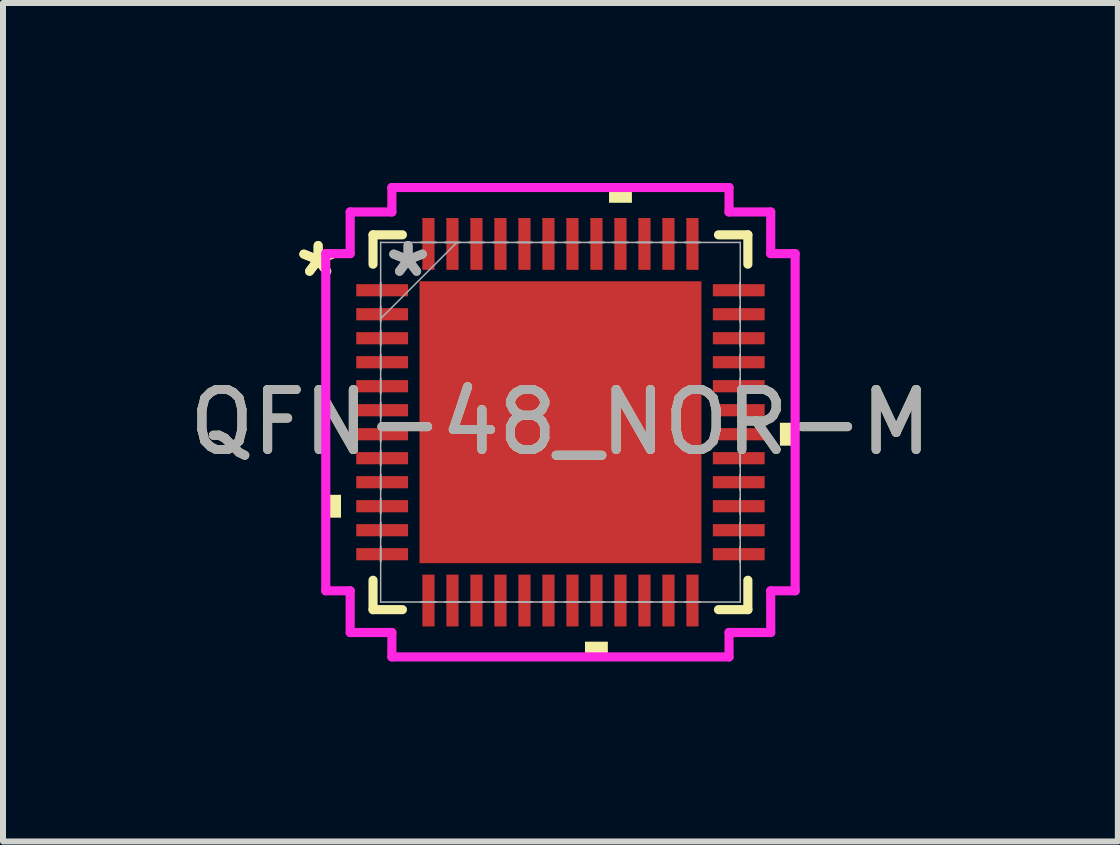
<source format=kicad_pcb>
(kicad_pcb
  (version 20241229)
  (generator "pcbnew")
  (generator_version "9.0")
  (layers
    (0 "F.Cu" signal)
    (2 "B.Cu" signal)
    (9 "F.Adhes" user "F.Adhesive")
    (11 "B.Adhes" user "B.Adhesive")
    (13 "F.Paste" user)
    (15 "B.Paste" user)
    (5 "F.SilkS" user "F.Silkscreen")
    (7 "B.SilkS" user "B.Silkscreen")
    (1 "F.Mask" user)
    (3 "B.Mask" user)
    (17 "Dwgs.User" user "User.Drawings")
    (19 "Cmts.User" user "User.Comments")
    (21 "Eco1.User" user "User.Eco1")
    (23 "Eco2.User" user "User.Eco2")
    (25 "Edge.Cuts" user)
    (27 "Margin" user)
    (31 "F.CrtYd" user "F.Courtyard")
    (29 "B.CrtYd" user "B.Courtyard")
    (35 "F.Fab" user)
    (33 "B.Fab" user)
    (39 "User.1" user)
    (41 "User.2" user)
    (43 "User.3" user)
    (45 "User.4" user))
  (footprint "QFN-48_NOR-M"
    (layer "F.Cu")
    (at 6.292 3.988)
    (property "Reference" "QFN-48_NOR-M" (at 0 0 0) (unlocked yes) (layer "F.SilkS") (effects (font (size 1 1) (thickness 0.15))))
    (attr smd)
    (fp_line (start -3.124 -3.124) (end -3.124 -2.634) (stroke (width 0.152) (type solid)) (layer "F.SilkS"))
    (fp_line (start -3.124 2.634) (end -3.124 3.124) (stroke (width 0.152) (type solid)) (layer "F.SilkS"))
    (fp_line (start -3.124 3.124) (end -2.634 3.124) (stroke (width 0.152) (type solid)) (layer "F.SilkS"))
    (fp_line (start -2.634 -3.124) (end -3.124 -3.124) (stroke (width 0.152) (type solid)) (layer "F.SilkS"))
    (fp_line (start 2.634 3.124) (end 3.124 3.124) (stroke (width 0.152) (type solid)) (layer "F.SilkS"))
    (fp_line (start 3.124 -3.124) (end 2.634 -3.124) (stroke (width 0.152) (type solid)) (layer "F.SilkS"))
    (fp_line (start 3.124 -2.634) (end 3.124 -3.124) (stroke (width 0.152) (type solid)) (layer "F.SilkS"))
    (fp_line (start 3.124 3.124) (end 3.124 2.634) (stroke (width 0.152) (type solid)) (layer "F.SilkS"))
    (fp_poly (pts (xy -3.912 1.21) (xy -3.912 1.591) (xy -3.658 1.591) (xy -3.658 1.21)) (stroke (width 0) (type solid)) (fill yes) (layer "F.SilkS"))
    (fp_poly (pts (xy 0.409 3.658) (xy 0.409 3.912) (xy 0.79 3.912) (xy 0.79 3.658)) (stroke (width 0) (type solid)) (fill yes) (layer "F.SilkS"))
    (fp_poly (pts (xy 0.81 -3.658) (xy 0.81 -3.912) (xy 1.191 -3.912) (xy 1.191 -3.658)) (stroke (width 0) (type solid)) (fill yes) (layer "F.SilkS"))
    (fp_poly (pts (xy 3.912 0.009) (xy 3.912 0.391) (xy 3.658 0.391) (xy 3.658 0.009)) (stroke (width 0) (type solid)) (fill yes) (layer "F.SilkS"))
    (fp_poly (pts (xy -2.249 -2.249) (xy -2.249 -0.883) (xy -0.883 -0.883) (xy -0.883 -2.249)) (stroke (width 0) (type solid)) (fill yes) (layer "F.Paste"))
    (fp_poly (pts (xy -2.249 -0.683) (xy -2.249 0.683) (xy -0.883 0.683) (xy -0.883 -0.683)) (stroke (width 0) (type solid)) (fill yes) (layer "F.Paste"))
    (fp_poly (pts (xy -2.249 0.883) (xy -2.249 2.249) (xy -0.883 2.249) (xy -0.883 0.883)) (stroke (width 0) (type solid)) (fill yes) (layer "F.Paste"))
    (fp_poly (pts (xy -0.683 -2.249) (xy -0.683 -0.883) (xy 0.683 -0.883) (xy 0.683 -2.249)) (stroke (width 0) (type solid)) (fill yes) (layer "F.Paste"))
    (fp_poly (pts (xy -0.683 -0.683) (xy -0.683 0.683) (xy 0.683 0.683) (xy 0.683 -0.683)) (stroke (width 0) (type solid)) (fill yes) (layer "F.Paste"))
    (fp_poly (pts (xy -0.683 0.883) (xy -0.683 2.249) (xy 0.683 2.249) (xy 0.683 0.883)) (stroke (width 0) (type solid)) (fill yes) (layer "F.Paste"))
    (fp_poly (pts (xy 0.883 -2.249) (xy 0.883 -0.883) (xy 2.249 -0.883) (xy 2.249 -2.249)) (stroke (width 0) (type solid)) (fill yes) (layer "F.Paste"))
    (fp_poly (pts (xy 0.883 -0.683) (xy 0.883 0.683) (xy 2.249 0.683) (xy 2.249 -0.683)) (stroke (width 0) (type solid)) (fill yes) (layer "F.Paste"))
    (fp_poly (pts (xy 0.883 0.883) (xy 0.883 2.249) (xy 2.249 2.249) (xy 2.249 0.883)) (stroke (width 0) (type solid)) (fill yes) (layer "F.Paste"))
    (fp_line (start -3.912 -2.81) (end -3.505 -2.81) (stroke (width 0.152) (type solid)) (layer "F.CrtYd"))
    (fp_line (start -3.912 2.81) (end -3.912 -2.81) (stroke (width 0.152) (type solid)) (layer "F.CrtYd"))
    (fp_line (start -3.505 -3.505) (end -2.81 -3.505) (stroke (width 0.152) (type solid)) (layer "F.CrtYd"))
    (fp_line (start -3.505 -2.81) (end -3.505 -3.505) (stroke (width 0.152) (type solid)) (layer "F.CrtYd"))
    (fp_line (start -3.505 2.81) (end -3.912 2.81) (stroke (width 0.152) (type solid)) (layer "F.CrtYd"))
    (fp_line (start -3.505 3.505) (end -3.505 2.81) (stroke (width 0.152) (type solid)) (layer "F.CrtYd"))
    (fp_line (start -2.81 -3.912) (end 2.81 -3.912) (stroke (width 0.152) (type solid)) (layer "F.CrtYd"))
    (fp_line (start -2.81 -3.505) (end -2.81 -3.912) (stroke (width 0.152) (type solid)) (layer "F.CrtYd"))
    (fp_line (start -2.81 3.505) (end -3.505 3.505) (stroke (width 0.152) (type solid)) (layer "F.CrtYd"))
    (fp_line (start -2.81 3.912) (end -2.81 3.505) (stroke (width 0.152) (type solid)) (layer "F.CrtYd"))
    (fp_line (start 2.81 -3.912) (end 2.81 -3.505) (stroke (width 0.152) (type solid)) (layer "F.CrtYd"))
    (fp_line (start 2.81 -3.505) (end 3.505 -3.505) (stroke (width 0.152) (type solid)) (layer "F.CrtYd"))
    (fp_line (start 2.81 3.505) (end 2.81 3.912) (stroke (width 0.152) (type solid)) (layer "F.CrtYd"))
    (fp_line (start 2.81 3.912) (end -2.81 3.912) (stroke (width 0.152) (type solid)) (layer "F.CrtYd"))
    (fp_line (start 3.505 -3.505) (end 3.505 -2.81) (stroke (width 0.152) (type solid)) (layer "F.CrtYd"))
    (fp_line (start 3.505 -2.81) (end 3.912 -2.81) (stroke (width 0.152) (type solid)) (layer "F.CrtYd"))
    (fp_line (start 3.505 2.81) (end 3.505 3.505) (stroke (width 0.152) (type solid)) (layer "F.CrtYd"))
    (fp_line (start 3.505 3.505) (end 2.81 3.505) (stroke (width 0.152) (type solid)) (layer "F.CrtYd"))
    (fp_line (start 3.912 -2.81) (end 3.912 2.81) (stroke (width 0.152) (type solid)) (layer "F.CrtYd"))
    (fp_line (start 3.912 2.81) (end 3.505 2.81) (stroke (width 0.152) (type solid)) (layer "F.CrtYd"))
    (fp_line (start -2.997 -2.997) (end -2.997 -2.997) (stroke (width 0.025) (type solid)) (layer "F.Fab"))
    (fp_line (start -2.997 -2.997) (end -2.997 2.997) (stroke (width 0.025) (type solid)) (layer "F.Fab"))
    (fp_line (start -2.997 -2.327) (end -2.997 -2.327) (stroke (width 0.025) (type solid)) (layer "F.Fab"))
    (fp_line (start -2.997 -2.327) (end -2.997 -2.073) (stroke (width 0.025) (type solid)) (layer "F.Fab"))
    (fp_line (start -2.997 -2.073) (end -2.997 -2.327) (stroke (width 0.025) (type solid)) (layer "F.Fab"))
    (fp_line (start -2.997 -2.073) (end -2.997 -2.073) (stroke (width 0.025) (type solid)) (layer "F.Fab"))
    (fp_line (start -2.997 -1.927) (end -2.997 -1.927) (stroke (width 0.025) (type solid)) (layer "F.Fab"))
    (fp_line (start -2.997 -1.927) (end -2.997 -1.673) (stroke (width 0.025) (type solid)) (layer "F.Fab"))
    (fp_line (start -2.997 -1.727) (end -1.727 -2.997) (stroke (width 0.025) (type solid)) (layer "F.Fab"))
    (fp_line (start -2.997 -1.673) (end -2.997 -1.927) (stroke (width 0.025) (type solid)) (layer "F.Fab"))
    (fp_line (start -2.997 -1.673) (end -2.997 -1.673) (stroke (width 0.025) (type solid)) (layer "F.Fab"))
    (fp_line (start -2.997 -1.527) (end -2.997 -1.527) (stroke (width 0.025) (type solid)) (layer "F.Fab"))
    (fp_line (start -2.997 -1.527) (end -2.997 -1.273) (stroke (width 0.025) (type solid)) (layer "F.Fab"))
    (fp_line (start -2.997 -1.273) (end -2.997 -1.527) (stroke (width 0.025) (type solid)) (layer "F.Fab"))
    (fp_line (start -2.997 -1.273) (end -2.997 -1.273) (stroke (width 0.025) (type solid)) (layer "F.Fab"))
    (fp_line (start -2.997 -1.127) (end -2.997 -1.127) (stroke (width 0.025) (type solid)) (layer "F.Fab"))
    (fp_line (start -2.997 -1.127) (end -2.997 -0.873) (stroke (width 0.025) (type solid)) (layer "F.Fab"))
    (fp_line (start -2.997 -0.873) (end -2.997 -1.127) (stroke (width 0.025) (type solid)) (layer "F.Fab"))
    (fp_line (start -2.997 -0.873) (end -2.997 -0.873) (stroke (width 0.025) (type solid)) (layer "F.Fab"))
    (fp_line (start -2.997 -0.727) (end -2.997 -0.727) (stroke (width 0.025) (type solid)) (layer "F.Fab"))
    (fp_line (start -2.997 -0.727) (end -2.997 -0.473) (stroke (width 0.025) (type solid)) (layer "F.Fab"))
    (fp_line (start -2.997 -0.473) (end -2.997 -0.727) (stroke (width 0.025) (type solid)) (layer "F.Fab"))
    (fp_line (start -2.997 -0.473) (end -2.997 -0.473) (stroke (width 0.025) (type solid)) (layer "F.Fab"))
    (fp_line (start -2.997 -0.327) (end -2.997 -0.327) (stroke (width 0.025) (type solid)) (layer "F.Fab"))
    (fp_line (start -2.997 -0.327) (end -2.997 -0.073) (stroke (width 0.025) (type solid)) (layer "F.Fab"))
    (fp_line (start -2.997 -0.073) (end -2.997 -0.327) (stroke (width 0.025) (type solid)) (layer "F.Fab"))
    (fp_line (start -2.997 -0.073) (end -2.997 -0.073) (stroke (width 0.025) (type solid)) (layer "F.Fab"))
    (fp_line (start -2.997 0.073) (end -2.997 0.073) (stroke (width 0.025) (type solid)) (layer "F.Fab"))
    (fp_line (start -2.997 0.073) (end -2.997 0.327) (stroke (width 0.025) (type solid)) (layer "F.Fab"))
    (fp_line (start -2.997 0.327) (end -2.997 0.073) (stroke (width 0.025) (type solid)) (layer "F.Fab"))
    (fp_line (start -2.997 0.327) (end -2.997 0.327) (stroke (width 0.025) (type solid)) (layer "F.Fab"))
    (fp_line (start -2.997 0.473) (end -2.997 0.473) (stroke (width 0.025) (type solid)) (layer "F.Fab"))
    (fp_line (start -2.997 0.473) (end -2.997 0.727) (stroke (width 0.025) (type solid)) (layer "F.Fab"))
    (fp_line (start -2.997 0.727) (end -2.997 0.473) (stroke (width 0.025) (type solid)) (layer "F.Fab"))
    (fp_line (start -2.997 0.727) (end -2.997 0.727) (stroke (width 0.025) (type solid)) (layer "F.Fab"))
    (fp_line (start -2.997 0.873) (end -2.997 0.873) (stroke (width 0.025) (type solid)) (layer "F.Fab"))
    (fp_line (start -2.997 0.873) (end -2.997 1.127) (stroke (width 0.025) (type solid)) (layer "F.Fab"))
    (fp_line (start -2.997 1.127) (end -2.997 0.873) (stroke (width 0.025) (type solid)) (layer "F.Fab"))
    (fp_line (start -2.997 1.127) (end -2.997 1.127) (stroke (width 0.025) (type solid)) (layer "F.Fab"))
    (fp_line (start -2.997 1.273) (end -2.997 1.273) (stroke (width 0.025) (type solid)) (layer "F.Fab"))
    (fp_line (start -2.997 1.273) (end -2.997 1.527) (stroke (width 0.025) (type solid)) (layer "F.Fab"))
    (fp_line (start -2.997 1.527) (end -2.997 1.273) (stroke (width 0.025) (type solid)) (layer "F.Fab"))
    (fp_line (start -2.997 1.527) (end -2.997 1.527) (stroke (width 0.025) (type solid)) (layer "F.Fab"))
    (fp_line (start -2.997 1.673) (end -2.997 1.673) (stroke (width 0.025) (type solid)) (layer "F.Fab"))
    (fp_line (start -2.997 1.673) (end -2.997 1.927) (stroke (width 0.025) (type solid)) (layer "F.Fab"))
    (fp_line (start -2.997 1.927) (end -2.997 1.673) (stroke (width 0.025) (type solid)) (layer "F.Fab"))
    (fp_line (start -2.997 1.927) (end -2.997 1.927) (stroke (width 0.025) (type solid)) (layer "F.Fab"))
    (fp_line (start -2.997 2.073) (end -2.997 2.073) (stroke (width 0.025) (type solid)) (layer "F.Fab"))
    (fp_line (start -2.997 2.073) (end -2.997 2.327) (stroke (width 0.025) (type solid)) (layer "F.Fab"))
    (fp_line (start -2.997 2.327) (end -2.997 2.073) (stroke (width 0.025) (type solid)) (layer "F.Fab"))
    (fp_line (start -2.997 2.327) (end -2.997 2.327) (stroke (width 0.025) (type solid)) (layer "F.Fab"))
    (fp_line (start -2.997 2.997) (end -2.997 2.997) (stroke (width 0.025) (type solid)) (layer "F.Fab"))
    (fp_line (start -2.997 2.997) (end 2.997 2.997) (stroke (width 0.025) (type solid)) (layer "F.Fab"))
    (fp_line (start -2.327 -2.997) (end -2.327 -2.997) (stroke (width 0.025) (type solid)) (layer "F.Fab"))
    (fp_line (start -2.327 -2.997) (end -2.073 -2.997) (stroke (width 0.025) (type solid)) (layer "F.Fab"))
    (fp_line (start -2.327 2.997) (end -2.327 2.997) (stroke (width 0.025) (type solid)) (layer "F.Fab"))
    (fp_line (start -2.327 2.997) (end -2.073 2.997) (stroke (width 0.025) (type solid)) (layer "F.Fab"))
    (fp_line (start -2.073 -2.997) (end -2.327 -2.997) (stroke (width 0.025) (type solid)) (layer "F.Fab"))
    (fp_line (start -2.073 -2.997) (end -2.073 -2.997) (stroke (width 0.025) (type solid)) (layer "F.Fab"))
    (fp_line (start -2.073 2.997) (end -2.327 2.997) (stroke (width 0.025) (type solid)) (layer "F.Fab"))
    (fp_line (start -2.073 2.997) (end -2.073 2.997) (stroke (width 0.025) (type solid)) (layer "F.Fab"))
    (fp_line (start -1.927 -2.997) (end -1.927 -2.997) (stroke (width 0.025) (type solid)) (layer "F.Fab"))
    (fp_line (start -1.927 -2.997) (end -1.673 -2.997) (stroke (width 0.025) (type solid)) (layer "F.Fab"))
    (fp_line (start -1.927 2.997) (end -1.927 2.997) (stroke (width 0.025) (type solid)) (layer "F.Fab"))
    (fp_line (start -1.927 2.997) (end -1.673 2.997) (stroke (width 0.025) (type solid)) (layer "F.Fab"))
    (fp_line (start -1.673 -2.997) (end -1.927 -2.997) (stroke (width 0.025) (type solid)) (layer "F.Fab"))
    (fp_line (start -1.673 -2.997) (end -1.673 -2.997) (stroke (width 0.025) (type solid)) (layer "F.Fab"))
    (fp_line (start -1.673 2.997) (end -1.927 2.997) (stroke (width 0.025) (type solid)) (layer "F.Fab"))
    (fp_line (start -1.673 2.997) (end -1.673 2.997) (stroke (width 0.025) (type solid)) (layer "F.Fab"))
    (fp_line (start -1.527 -2.997) (end -1.527 -2.997) (stroke (width 0.025) (type solid)) (layer "F.Fab"))
    (fp_line (start -1.527 -2.997) (end -1.273 -2.997) (stroke (width 0.025) (type solid)) (layer "F.Fab"))
    (fp_line (start -1.527 2.997) (end -1.527 2.997) (stroke (width 0.025) (type solid)) (layer "F.Fab"))
    (fp_line (start -1.527 2.997) (end -1.273 2.997) (stroke (width 0.025) (type solid)) (layer "F.Fab"))
    (fp_line (start -1.273 -2.997) (end -1.527 -2.997) (stroke (width 0.025) (type solid)) (layer "F.Fab"))
    (fp_line (start -1.273 -2.997) (end -1.273 -2.997) (stroke (width 0.025) (type solid)) (layer "F.Fab"))
    (fp_line (start -1.273 2.997) (end -1.527 2.997) (stroke (width 0.025) (type solid)) (layer "F.Fab"))
    (fp_line (start -1.273 2.997) (end -1.273 2.997) (stroke (width 0.025) (type solid)) (layer "F.Fab"))
    (fp_line (start -1.127 -2.997) (end -1.127 -2.997) (stroke (width 0.025) (type solid)) (layer "F.Fab"))
    (fp_line (start -1.127 -2.997) (end -0.873 -2.997) (stroke (width 0.025) (type solid)) (layer "F.Fab"))
    (fp_line (start -1.127 2.997) (end -1.127 2.997) (stroke (width 0.025) (type solid)) (layer "F.Fab"))
    (fp_line (start -1.127 2.997) (end -0.873 2.997) (stroke (width 0.025) (type solid)) (layer "F.Fab"))
    (fp_line (start -0.873 -2.997) (end -1.127 -2.997) (stroke (width 0.025) (type solid)) (layer "F.Fab"))
    (fp_line (start -0.873 -2.997) (end -0.873 -2.997) (stroke (width 0.025) (type solid)) (layer "F.Fab"))
    (fp_line (start -0.873 2.997) (end -1.127 2.997) (stroke (width 0.025) (type solid)) (layer "F.Fab"))
    (fp_line (start -0.873 2.997) (end -0.873 2.997) (stroke (width 0.025) (type solid)) (layer "F.Fab"))
    (fp_line (start -0.727 -2.997) (end -0.727 -2.997) (stroke (width 0.025) (type solid)) (layer "F.Fab"))
    (fp_line (start -0.727 -2.997) (end -0.473 -2.997) (stroke (width 0.025) (type solid)) (layer "F.Fab"))
    (fp_line (start -0.727 2.997) (end -0.727 2.997) (stroke (width 0.025) (type solid)) (layer "F.Fab"))
    (fp_line (start -0.727 2.997) (end -0.473 2.997) (stroke (width 0.025) (type solid)) (layer "F.Fab"))
    (fp_line (start -0.473 -2.997) (end -0.727 -2.997) (stroke (width 0.025) (type solid)) (layer "F.Fab"))
    (fp_line (start -0.473 -2.997) (end -0.473 -2.997) (stroke (width 0.025) (type solid)) (layer "F.Fab"))
    (fp_line (start -0.473 2.997) (end -0.727 2.997) (stroke (width 0.025) (type solid)) (layer "F.Fab"))
    (fp_line (start -0.473 2.997) (end -0.473 2.997) (stroke (width 0.025) (type solid)) (layer "F.Fab"))
    (fp_line (start -0.327 -2.997) (end -0.327 -2.997) (stroke (width 0.025) (type solid)) (layer "F.Fab"))
    (fp_line (start -0.327 -2.997) (end -0.073 -2.997) (stroke (width 0.025) (type solid)) (layer "F.Fab"))
    (fp_line (start -0.327 2.997) (end -0.327 2.997) (stroke (width 0.025) (type solid)) (layer "F.Fab"))
    (fp_line (start -0.327 2.997) (end -0.073 2.997) (stroke (width 0.025) (type solid)) (layer "F.Fab"))
    (fp_line (start -0.073 -2.997) (end -0.327 -2.997) (stroke (width 0.025) (type solid)) (layer "F.Fab"))
    (fp_line (start -0.073 -2.997) (end -0.073 -2.997) (stroke (width 0.025) (type solid)) (layer "F.Fab"))
    (fp_line (start -0.073 2.997) (end -0.327 2.997) (stroke (width 0.025) (type solid)) (layer "F.Fab"))
    (fp_line (start -0.073 2.997) (end -0.073 2.997) (stroke (width 0.025) (type solid)) (layer "F.Fab"))
    (fp_line (start 0.073 -2.997) (end 0.073 -2.997) (stroke (width 0.025) (type solid)) (layer "F.Fab"))
    (fp_line (start 0.073 -2.997) (end 0.327 -2.997) (stroke (width 0.025) (type solid)) (layer "F.Fab"))
    (fp_line (start 0.073 2.997) (end 0.073 2.997) (stroke (width 0.025) (type solid)) (layer "F.Fab"))
    (fp_line (start 0.073 2.997) (end 0.327 2.997) (stroke (width 0.025) (type solid)) (layer "F.Fab"))
    (fp_line (start 0.327 -2.997) (end 0.073 -2.997) (stroke (width 0.025) (type solid)) (layer "F.Fab"))
    (fp_line (start 0.327 -2.997) (end 0.327 -2.997) (stroke (width 0.025) (type solid)) (layer "F.Fab"))
    (fp_line (start 0.327 2.997) (end 0.073 2.997) (stroke (width 0.025) (type solid)) (layer "F.Fab"))
    (fp_line (start 0.327 2.997) (end 0.327 2.997) (stroke (width 0.025) (type solid)) (layer "F.Fab"))
    (fp_line (start 0.473 -2.997) (end 0.473 -2.997) (stroke (width 0.025) (type solid)) (layer "F.Fab"))
    (fp_line (start 0.473 -2.997) (end 0.727 -2.997) (stroke (width 0.025) (type solid)) (layer "F.Fab"))
    (fp_line (start 0.473 2.997) (end 0.473 2.997) (stroke (width 0.025) (type solid)) (layer "F.Fab"))
    (fp_line (start 0.473 2.997) (end 0.727 2.997) (stroke (width 0.025) (type solid)) (layer "F.Fab"))
    (fp_line (start 0.727 -2.997) (end 0.473 -2.997) (stroke (width 0.025) (type solid)) (layer "F.Fab"))
    (fp_line (start 0.727 -2.997) (end 0.727 -2.997) (stroke (width 0.025) (type solid)) (layer "F.Fab"))
    (fp_line (start 0.727 2.997) (end 0.473 2.997) (stroke (width 0.025) (type solid)) (layer "F.Fab"))
    (fp_line (start 0.727 2.997) (end 0.727 2.997) (stroke (width 0.025) (type solid)) (layer "F.Fab"))
    (fp_line (start 0.873 -2.997) (end 0.873 -2.997) (stroke (width 0.025) (type solid)) (layer "F.Fab"))
    (fp_line (start 0.873 -2.997) (end 1.127 -2.997) (stroke (width 0.025) (type solid)) (layer "F.Fab"))
    (fp_line (start 0.873 2.997) (end 0.873 2.997) (stroke (width 0.025) (type solid)) (layer "F.Fab"))
    (fp_line (start 0.873 2.997) (end 1.127 2.997) (stroke (width 0.025) (type solid)) (layer "F.Fab"))
    (fp_line (start 1.127 -2.997) (end 0.873 -2.997) (stroke (width 0.025) (type solid)) (layer "F.Fab"))
    (fp_line (start 1.127 -2.997) (end 1.127 -2.997) (stroke (width 0.025) (type solid)) (layer "F.Fab"))
    (fp_line (start 1.127 2.997) (end 0.873 2.997) (stroke (width 0.025) (type solid)) (layer "F.Fab"))
    (fp_line (start 1.127 2.997) (end 1.127 2.997) (stroke (width 0.025) (type solid)) (layer "F.Fab"))
    (fp_line (start 1.273 -2.997) (end 1.273 -2.997) (stroke (width 0.025) (type solid)) (layer "F.Fab"))
    (fp_line (start 1.273 -2.997) (end 1.527 -2.997) (stroke (width 0.025) (type solid)) (layer "F.Fab"))
    (fp_line (start 1.273 2.997) (end 1.273 2.997) (stroke (width 0.025) (type solid)) (layer "F.Fab"))
    (fp_line (start 1.273 2.997) (end 1.527 2.997) (stroke (width 0.025) (type solid)) (layer "F.Fab"))
    (fp_line (start 1.527 -2.997) (end 1.273 -2.997) (stroke (width 0.025) (type solid)) (layer "F.Fab"))
    (fp_line (start 1.527 -2.997) (end 1.527 -2.997) (stroke (width 0.025) (type solid)) (layer "F.Fab"))
    (fp_line (start 1.527 2.997) (end 1.273 2.997) (stroke (width 0.025) (type solid)) (layer "F.Fab"))
    (fp_line (start 1.527 2.997) (end 1.527 2.997) (stroke (width 0.025) (type solid)) (layer "F.Fab"))
    (fp_line (start 1.673 -2.997) (end 1.673 -2.997) (stroke (width 0.025) (type solid)) (layer "F.Fab"))
    (fp_line (start 1.673 -2.997) (end 1.927 -2.997) (stroke (width 0.025) (type solid)) (layer "F.Fab"))
    (fp_line (start 1.673 2.997) (end 1.673 2.997) (stroke (width 0.025) (type solid)) (layer "F.Fab"))
    (fp_line (start 1.673 2.997) (end 1.927 2.997) (stroke (width 0.025) (type solid)) (layer "F.Fab"))
    (fp_line (start 1.927 -2.997) (end 1.673 -2.997) (stroke (width 0.025) (type solid)) (layer "F.Fab"))
    (fp_line (start 1.927 -2.997) (end 1.927 -2.997) (stroke (width 0.025) (type solid)) (layer "F.Fab"))
    (fp_line (start 1.927 2.997) (end 1.673 2.997) (stroke (width 0.025) (type solid)) (layer "F.Fab"))
    (fp_line (start 1.927 2.997) (end 1.927 2.997) (stroke (width 0.025) (type solid)) (layer "F.Fab"))
    (fp_line (start 2.073 -2.997) (end 2.073 -2.997) (stroke (width 0.025) (type solid)) (layer "F.Fab"))
    (fp_line (start 2.073 -2.997) (end 2.327 -2.997) (stroke (width 0.025) (type solid)) (layer "F.Fab"))
    (fp_line (start 2.073 2.997) (end 2.073 2.997) (stroke (width 0.025) (type solid)) (layer "F.Fab"))
    (fp_line (start 2.073 2.997) (end 2.327 2.997) (stroke (width 0.025) (type solid)) (layer "F.Fab"))
    (fp_line (start 2.327 -2.997) (end 2.073 -2.997) (stroke (width 0.025) (type solid)) (layer "F.Fab"))
    (fp_line (start 2.327 -2.997) (end 2.327 -2.997) (stroke (width 0.025) (type solid)) (layer "F.Fab"))
    (fp_line (start 2.327 2.997) (end 2.073 2.997) (stroke (width 0.025) (type solid)) (layer "F.Fab"))
    (fp_line (start 2.327 2.997) (end 2.327 2.997) (stroke (width 0.025) (type solid)) (layer "F.Fab"))
    (fp_line (start 2.997 -2.997) (end -2.997 -2.997) (stroke (width 0.025) (type solid)) (layer "F.Fab"))
    (fp_line (start 2.997 -2.997) (end 2.997 -2.997) (stroke (width 0.025) (type solid)) (layer "F.Fab"))
    (fp_line (start 2.997 -2.327) (end 2.997 -2.327) (stroke (width 0.025) (type solid)) (layer "F.Fab"))
    (fp_line (start 2.997 -2.327) (end 2.997 -2.073) (stroke (width 0.025) (type solid)) (layer "F.Fab"))
    (fp_line (start 2.997 -2.073) (end 2.997 -2.327) (stroke (width 0.025) (type solid)) (layer "F.Fab"))
    (fp_line (start 2.997 -2.073) (end 2.997 -2.073) (stroke (width 0.025) (type solid)) (layer "F.Fab"))
    (fp_line (start 2.997 -1.927) (end 2.997 -1.927) (stroke (width 0.025) (type solid)) (layer "F.Fab"))
    (fp_line (start 2.997 -1.927) (end 2.997 -1.673) (stroke (width 0.025) (type solid)) (layer "F.Fab"))
    (fp_line (start 2.997 -1.673) (end 2.997 -1.927) (stroke (width 0.025) (type solid)) (layer "F.Fab"))
    (fp_line (start 2.997 -1.673) (end 2.997 -1.673) (stroke (width 0.025) (type solid)) (layer "F.Fab"))
    (fp_line (start 2.997 -1.527) (end 2.997 -1.527) (stroke (width 0.025) (type solid)) (layer "F.Fab"))
    (fp_line (start 2.997 -1.527) (end 2.997 -1.273) (stroke (width 0.025) (type solid)) (layer "F.Fab"))
    (fp_line (start 2.997 -1.273) (end 2.997 -1.527) (stroke (width 0.025) (type solid)) (layer "F.Fab"))
    (fp_line (start 2.997 -1.273) (end 2.997 -1.273) (stroke (width 0.025) (type solid)) (layer "F.Fab"))
    (fp_line (start 2.997 -1.127) (end 2.997 -1.127) (stroke (width 0.025) (type solid)) (layer "F.Fab"))
    (fp_line (start 2.997 -1.127) (end 2.997 -0.873) (stroke (width 0.025) (type solid)) (layer "F.Fab"))
    (fp_line (start 2.997 -0.873) (end 2.997 -1.127) (stroke (width 0.025) (type solid)) (layer "F.Fab"))
    (fp_line (start 2.997 -0.873) (end 2.997 -0.873) (stroke (width 0.025) (type solid)) (layer "F.Fab"))
    (fp_line (start 2.997 -0.727) (end 2.997 -0.727) (stroke (width 0.025) (type solid)) (layer "F.Fab"))
    (fp_line (start 2.997 -0.727) (end 2.997 -0.473) (stroke (width 0.025) (type solid)) (layer "F.Fab"))
    (fp_line (start 2.997 -0.473) (end 2.997 -0.727) (stroke (width 0.025) (type solid)) (layer "F.Fab"))
    (fp_line (start 2.997 -0.473) (end 2.997 -0.473) (stroke (width 0.025) (type solid)) (layer "F.Fab"))
    (fp_line (start 2.997 -0.327) (end 2.997 -0.327) (stroke (width 0.025) (type solid)) (layer "F.Fab"))
    (fp_line (start 2.997 -0.327) (end 2.997 -0.073) (stroke (width 0.025) (type solid)) (layer "F.Fab"))
    (fp_line (start 2.997 -0.073) (end 2.997 -0.327) (stroke (width 0.025) (type solid)) (layer "F.Fab"))
    (fp_line (start 2.997 -0.073) (end 2.997 -0.073) (stroke (width 0.025) (type solid)) (layer "F.Fab"))
    (fp_line (start 2.997 0.073) (end 2.997 0.073) (stroke (width 0.025) (type solid)) (layer "F.Fab"))
    (fp_line (start 2.997 0.073) (end 2.997 0.327) (stroke (width 0.025) (type solid)) (layer "F.Fab"))
    (fp_line (start 2.997 0.327) (end 2.997 0.073) (stroke (width 0.025) (type solid)) (layer "F.Fab"))
    (fp_line (start 2.997 0.327) (end 2.997 0.327) (stroke (width 0.025) (type solid)) (layer "F.Fab"))
    (fp_line (start 2.997 0.473) (end 2.997 0.473) (stroke (width 0.025) (type solid)) (layer "F.Fab"))
    (fp_line (start 2.997 0.473) (end 2.997 0.727) (stroke (width 0.025) (type solid)) (layer "F.Fab"))
    (fp_line (start 2.997 0.727) (end 2.997 0.473) (stroke (width 0.025) (type solid)) (layer "F.Fab"))
    (fp_line (start 2.997 0.727) (end 2.997 0.727) (stroke (width 0.025) (type solid)) (layer "F.Fab"))
    (fp_line (start 2.997 0.873) (end 2.997 0.873) (stroke (width 0.025) (type solid)) (layer "F.Fab"))
    (fp_line (start 2.997 0.873) (end 2.997 1.127) (stroke (width 0.025) (type solid)) (layer "F.Fab"))
    (fp_line (start 2.997 1.127) (end 2.997 0.873) (stroke (width 0.025) (type solid)) (layer "F.Fab"))
    (fp_line (start 2.997 1.127) (end 2.997 1.127) (stroke (width 0.025) (type solid)) (layer "F.Fab"))
    (fp_line (start 2.997 1.273) (end 2.997 1.273) (stroke (width 0.025) (type solid)) (layer "F.Fab"))
    (fp_line (start 2.997 1.273) (end 2.997 1.527) (stroke (width 0.025) (type solid)) (layer "F.Fab"))
    (fp_line (start 2.997 1.527) (end 2.997 1.273) (stroke (width 0.025) (type solid)) (layer "F.Fab"))
    (fp_line (start 2.997 1.527) (end 2.997 1.527) (stroke (width 0.025) (type solid)) (layer "F.Fab"))
    (fp_line (start 2.997 1.673) (end 2.997 1.673) (stroke (width 0.025) (type solid)) (layer "F.Fab"))
    (fp_line (start 2.997 1.673) (end 2.997 1.927) (stroke (width 0.025) (type solid)) (layer "F.Fab"))
    (fp_line (start 2.997 1.927) (end 2.997 1.673) (stroke (width 0.025) (type solid)) (layer "F.Fab"))
    (fp_line (start 2.997 1.927) (end 2.997 1.927) (stroke (width 0.025) (type solid)) (layer "F.Fab"))
    (fp_line (start 2.997 2.073) (end 2.997 2.073) (stroke (width 0.025) (type solid)) (layer "F.Fab"))
    (fp_line (start 2.997 2.073) (end 2.997 2.327) (stroke (width 0.025) (type solid)) (layer "F.Fab"))
    (fp_line (start 2.997 2.327) (end 2.997 2.073) (stroke (width 0.025) (type solid)) (layer "F.Fab"))
    (fp_line (start 2.997 2.327) (end 2.997 2.327) (stroke (width 0.025) (type solid)) (layer "F.Fab"))
    (fp_line (start 2.997 2.997) (end 2.997 -2.997) (stroke (width 0.025) (type solid)) (layer "F.Fab"))
    (fp_line (start 2.997 2.997) (end 2.997 2.997) (stroke (width 0.025) (type solid)) (layer "F.Fab"))
    (fp_text user "*" (at -4.039 -2.4 0) (layer "F.SilkS") (effects (font (size 1 1) (thickness 0.15))))
    (fp_text user "*" (at -4.039 -2.4 0) (unlocked yes) (layer "F.SilkS") (effects (font (size 1 1) (thickness 0.15))))
    (fp_text user "*" (at -2.54 -2.4 0) (layer "F.Fab") (effects (font (size 1 1) (thickness 0.15))))
    (fp_text user "${REFERENCE}" (at 0 0 0) (unlocked yes) (layer "F.Fab") (effects (font (size 1 1) (thickness 0.15))))
    (fp_text user "*" (at -2.54 -2.4 0) (unlocked yes) (layer "F.Fab") (effects (font (size 1 1) (thickness 0.15))))
    (pad "1" smd rect (at -2.972 -2.2 90) (size 0.203 0.864) (layers "F.Cu" "F.Mask" "F.Paste"))
    (pad "2" smd rect (at -2.972 -1.8 90) (size 0.203 0.864) (layers "F.Cu" "F.Mask" "F.Paste"))
    (pad "3" smd rect (at -2.972 -1.4 90) (size 0.203 0.864) (layers "F.Cu" "F.Mask" "F.Paste"))
    (pad "4" smd rect (at -2.972 -1 90) (size 0.203 0.864) (layers "F.Cu" "F.Mask" "F.Paste"))
    (pad "5" smd rect (at -2.972 -0.6 90) (size 0.203 0.864) (layers "F.Cu" "F.Mask" "F.Paste"))
    (pad "6" smd rect (at -2.972 -0.2 90) (size 0.203 0.864) (layers "F.Cu" "F.Mask" "F.Paste"))
    (pad "7" smd rect (at -2.972 0.2 90) (size 0.203 0.864) (layers "F.Cu" "F.Mask" "F.Paste"))
    (pad "8" smd rect (at -2.972 0.6 90) (size 0.203 0.864) (layers "F.Cu" "F.Mask" "F.Paste"))
    (pad "9" smd rect (at -2.972 1 90) (size 0.203 0.864) (layers "F.Cu" "F.Mask" "F.Paste"))
    (pad "10" smd rect (at -2.972 1.4 90) (size 0.203 0.864) (layers "F.Cu" "F.Mask" "F.Paste"))
    (pad "11" smd rect (at -2.972 1.8 90) (size 0.203 0.864) (layers "F.Cu" "F.Mask" "F.Paste"))
    (pad "12" smd rect (at -2.972 2.2 90) (size 0.203 0.864) (layers "F.Cu" "F.Mask" "F.Paste"))
    (pad "13" smd rect (at -2.2 2.972) (size 0.203 0.864) (layers "F.Cu" "F.Mask" "F.Paste"))
    (pad "14" smd rect (at -1.8 2.972) (size 0.203 0.864) (layers "F.Cu" "F.Mask" "F.Paste"))
    (pad "15" smd rect (at -1.4 2.972) (size 0.203 0.864) (layers "F.Cu" "F.Mask" "F.Paste"))
    (pad "16" smd rect (at -1 2.972) (size 0.203 0.864) (layers "F.Cu" "F.Mask" "F.Paste"))
    (pad "17" smd rect (at -0.6 2.972) (size 0.203 0.864) (layers "F.Cu" "F.Mask" "F.Paste"))
    (pad "18" smd rect (at -0.2 2.972) (size 0.203 0.864) (layers "F.Cu" "F.Mask" "F.Paste"))
    (pad "19" smd rect (at 0.2 2.972) (size 0.203 0.864) (layers "F.Cu" "F.Mask" "F.Paste"))
    (pad "20" smd rect (at 0.6 2.972) (size 0.203 0.864) (layers "F.Cu" "F.Mask" "F.Paste"))
    (pad "21" smd rect (at 1 2.972) (size 0.203 0.864) (layers "F.Cu" "F.Mask" "F.Paste"))
    (pad "22" smd rect (at 1.4 2.972) (size 0.203 0.864) (layers "F.Cu" "F.Mask" "F.Paste"))
    (pad "23" smd rect (at 1.8 2.972) (size 0.203 0.864) (layers "F.Cu" "F.Mask" "F.Paste"))
    (pad "24" smd rect (at 2.2 2.972) (size 0.203 0.864) (layers "F.Cu" "F.Mask" "F.Paste"))
    (pad "25" smd rect (at 2.972 2.2 90) (size 0.203 0.864) (layers "F.Cu" "F.Mask" "F.Paste"))
    (pad "26" smd rect (at 2.972 1.8 90) (size 0.203 0.864) (layers "F.Cu" "F.Mask" "F.Paste"))
    (pad "27" smd rect (at 2.972 1.4 90) (size 0.203 0.864) (layers "F.Cu" "F.Mask" "F.Paste"))
    (pad "28" smd rect (at 2.972 1 90) (size 0.203 0.864) (layers "F.Cu" "F.Mask" "F.Paste"))
    (pad "29" smd rect (at 2.972 0.6 90) (size 0.203 0.864) (layers "F.Cu" "F.Mask" "F.Paste"))
    (pad "30" smd rect (at 2.972 0.2 90) (size 0.203 0.864) (layers "F.Cu" "F.Mask" "F.Paste"))
    (pad "31" smd rect (at 2.972 -0.2 90) (size 0.203 0.864) (layers "F.Cu" "F.Mask" "F.Paste"))
    (pad "32" smd rect (at 2.972 -0.6 90) (size 0.203 0.864) (layers "F.Cu" "F.Mask" "F.Paste"))
    (pad "33" smd rect (at 2.972 -1 90) (size 0.203 0.864) (layers "F.Cu" "F.Mask" "F.Paste"))
    (pad "34" smd rect (at 2.972 -1.4 90) (size 0.203 0.864) (layers "F.Cu" "F.Mask" "F.Paste"))
    (pad "35" smd rect (at 2.972 -1.8 90) (size 0.203 0.864) (layers "F.Cu" "F.Mask" "F.Paste"))
    (pad "36" smd rect (at 2.972 -2.2 90) (size 0.203 0.864) (layers "F.Cu" "F.Mask" "F.Paste"))
    (pad "37" smd rect (at 2.2 -2.972) (size 0.203 0.864) (layers "F.Cu" "F.Mask" "F.Paste"))
    (pad "38" smd rect (at 1.8 -2.972) (size 0.203 0.864) (layers "F.Cu" "F.Mask" "F.Paste"))
    (pad "39" smd rect (at 1.4 -2.972) (size 0.203 0.864) (layers "F.Cu" "F.Mask" "F.Paste"))
    (pad "40" smd rect (at 1 -2.972) (size 0.203 0.864) (layers "F.Cu" "F.Mask" "F.Paste"))
    (pad "41" smd rect (at 0.6 -2.972) (size 0.203 0.864) (layers "F.Cu" "F.Mask" "F.Paste"))
    (pad "42" smd rect (at 0.2 -2.972) (size 0.203 0.864) (layers "F.Cu" "F.Mask" "F.Paste"))
    (pad "43" smd rect (at -0.2 -2.972) (size 0.203 0.864) (layers "F.Cu" "F.Mask" "F.Paste"))
    (pad "44" smd rect (at -0.6 -2.972) (size 0.203 0.864) (layers "F.Cu" "F.Mask" "F.Paste"))
    (pad "45" smd rect (at -1 -2.972) (size 0.203 0.864) (layers "F.Cu" "F.Mask" "F.Paste"))
    (pad "46" smd rect (at -1.4 -2.972) (size 0.203 0.864) (layers "F.Cu" "F.Mask" "F.Paste"))
    (pad "47" smd rect (at -1.8 -2.972) (size 0.203 0.864) (layers "F.Cu" "F.Mask" "F.Paste"))
    (pad "48" smd rect (at -2.2 -2.972) (size 0.203 0.864) (layers "F.Cu" "F.Mask" "F.Paste"))
    (pad "49" smd rect (at 0 0) (size 4.699 4.699) (layers "F.Cu" "F.Mask")))
  (gr_rect
    (start -3 -3)
    (end 15.583 10.976)
    (stroke (width 0.1) (type default))
    (fill no)
    (layer "Edge.Cuts")))
</source>
